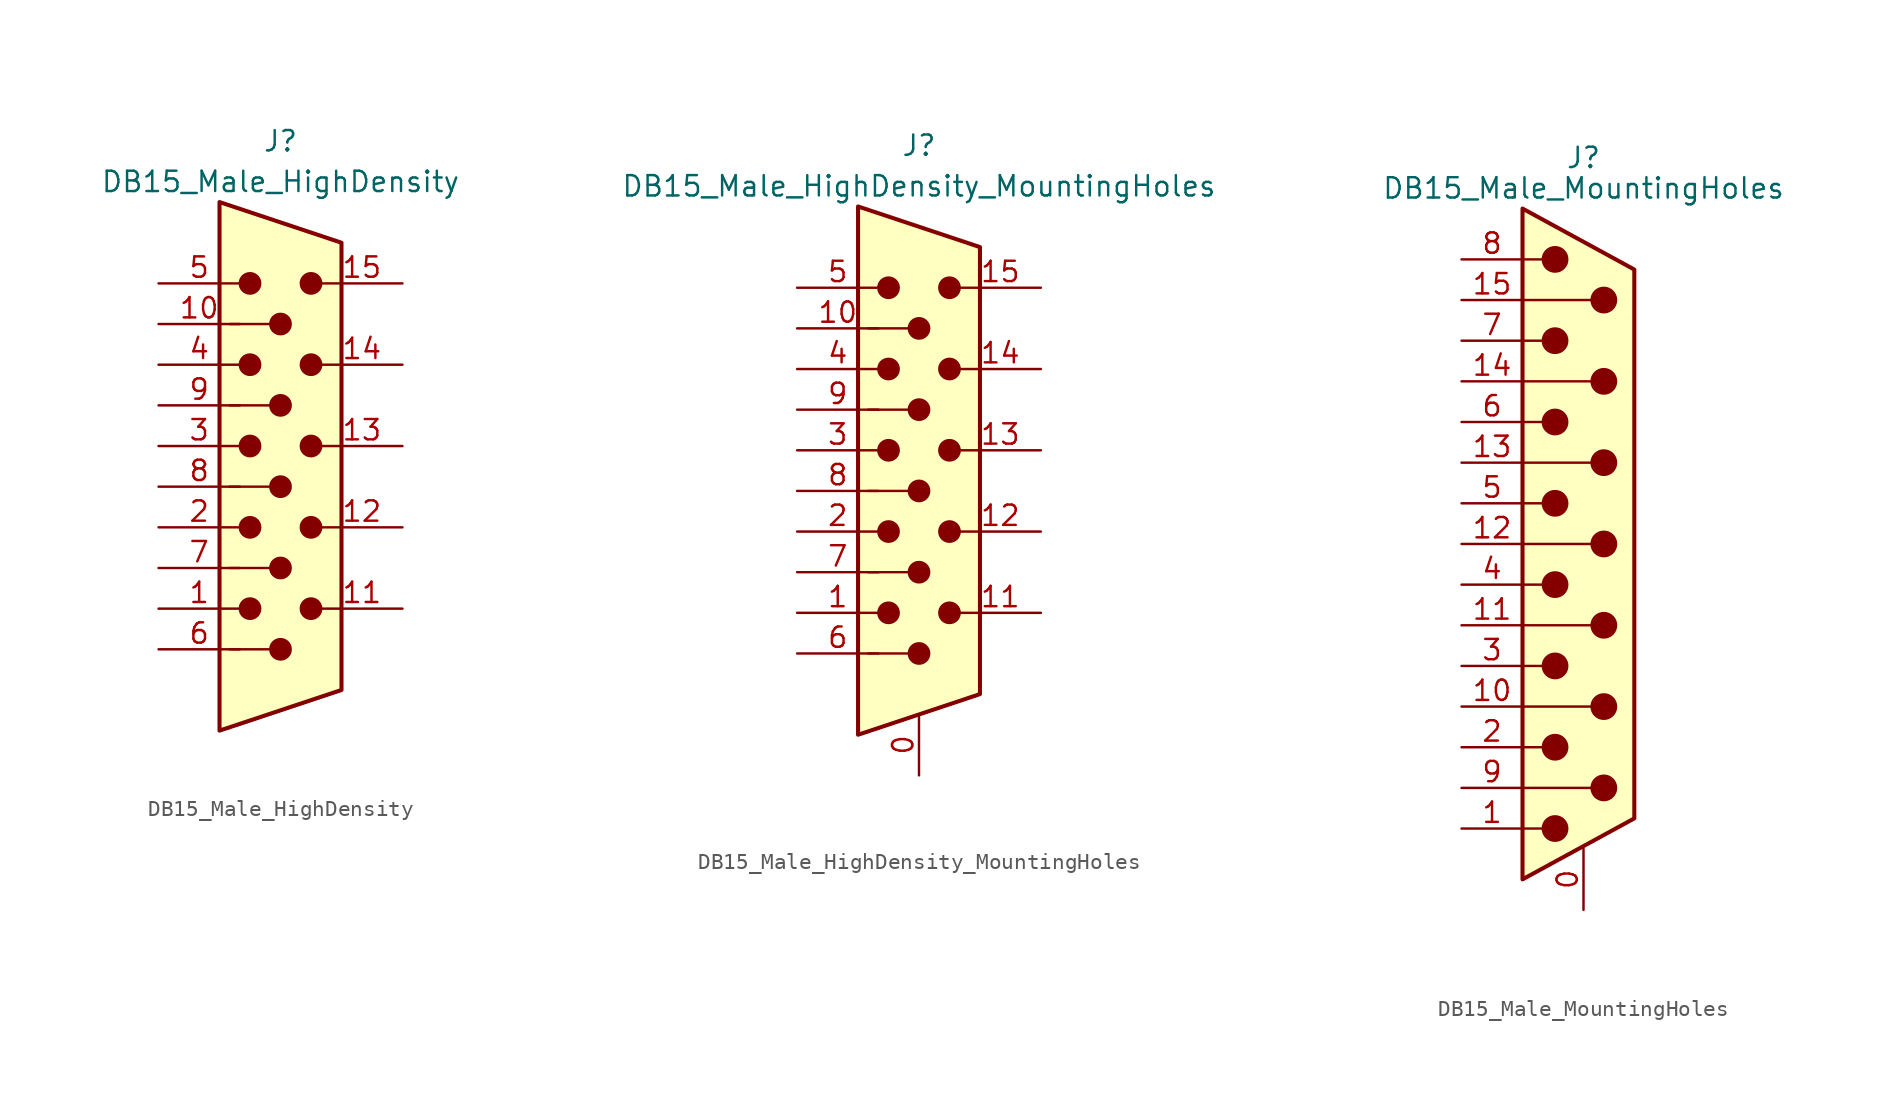
<source format=kicad_sym>
(kicad_symbol_lib
  (version 20220914)
  (generator kicad_symbol_editor)
  (symbol "DB15_Male_HighDensity"
    (pin_names
      (offset 1.016) hide)
    (property "Reference" "J"
      (at 0 21.59 0)
      (effects (font (size 1.27 1.27))))
    (property "Value" "DB15_Male_HighDensity"
      (at 0 19.05 0)
      (effects (font (size 1.27 1.27))))
    (symbol "DB15_Male_HighDensity_0_1"
      (circle (center -1.905 -7.62) (radius 0.635) (stroke (width 0) (type solid)) (fill (type outline)))
      (circle (center -1.905 -2.54) (radius 0.635) (stroke (width 0) (type solid)) (fill (type outline)))
      (circle (center -1.905 2.54) (radius 0.635) (stroke (width 0) (type solid)) (fill (type outline)))
      (circle (center -1.905 7.62) (radius 0.635) (stroke (width 0) (type solid)) (fill (type outline)))
      (circle (center -1.905 12.7) (radius 0.635) (stroke (width 0) (type solid)) (fill (type outline)))
      (circle (center 0 -10.16) (radius 0.635) (stroke (width 0) (type solid)) (fill (type outline)))
      (circle (center 0 -5.08) (radius 0.635) (stroke (width 0) (type solid)) (fill (type outline)))
      (polyline (pts (xy -3.175 -5.08) (xy -0.635 -5.08)) (stroke (width 0) (type solid)) (fill (type none)))
      (polyline (pts (xy -0.635 -10.16) (xy -3.175 -10.16)) (stroke (width 0) (type solid)) (fill (type none)))
      (polyline (pts (xy -0.635 0) (xy -3.175 0)) (stroke (width 0) (type solid)) (fill (type none)))
      (polyline (pts (xy -0.635 5.08) (xy -3.175 5.08)) (stroke (width 0) (type solid)) (fill (type none)))
      (polyline (pts (xy -0.635 10.16) (xy -3.175 10.16)) (stroke (width 0) (type solid)) (fill (type none)))
      (polyline (pts (xy -3.81 17.78) (xy -3.81 -15.24) (xy 3.81 -12.7) (xy 3.81 15.24) (xy -3.81 17.78)) (stroke (width 0.254) (type solid)) (fill (type background)))
      (circle (center 0 0) (radius 0.635) (stroke (width 0) (type solid)) (fill (type outline)))
      (circle (center 0 5.08) (radius 0.635) (stroke (width 0) (type solid)) (fill (type outline)))
      (circle (center 0 10.16) (radius 0.635) (stroke (width 0) (type solid)) (fill (type outline)))
      (circle (center 1.905 -7.62) (radius 0.635) (stroke (width 0) (type solid)) (fill (type outline)))
      (circle (center 1.905 -2.54) (radius 0.635) (stroke (width 0) (type solid)) (fill (type outline)))
      (circle (center 1.905 2.54) (radius 0.635) (stroke (width 0) (type solid)) (fill (type outline)))
      (circle (center 1.905 7.62) (radius 0.635) (stroke (width 0) (type solid)) (fill (type outline)))
      (circle (center 1.905 12.7) (radius 0.635) (stroke (width 0) (type solid)) (fill (type outline))))
    (symbol "DB15_Male_HighDensity_1_1"
      (pin passive line (at -7.62 -7.62 0) (length 5.08) (name "~" (effects (font (size 1.27 1.27)))) (number "1" (effects (font (size 1.27 1.27)))))
      (pin passive line (at -7.62 10.16 0) (length 5.08) (name "~" (effects (font (size 1.27 1.27)))) (number "10" (effects (font (size 1.27 1.27)))))
      (pin passive line (at 7.62 -7.62 180) (length 5.08) (name "~" (effects (font (size 1.27 1.27)))) (number "11" (effects (font (size 1.27 1.27)))))
      (pin passive line (at 7.62 -2.54 180) (length 5.08) (name "~" (effects (font (size 1.27 1.27)))) (number "12" (effects (font (size 1.27 1.27)))))
      (pin passive line (at 7.62 2.54 180) (length 5.08) (name "~" (effects (font (size 1.27 1.27)))) (number "13" (effects (font (size 1.27 1.27)))))
      (pin passive line (at 7.62 7.62 180) (length 5.08) (name "~" (effects (font (size 1.27 1.27)))) (number "14" (effects (font (size 1.27 1.27)))))
      (pin passive line (at 7.62 12.7 180) (length 5.08) (name "~" (effects (font (size 1.27 1.27)))) (number "15" (effects (font (size 1.27 1.27)))))
      (pin passive line (at -7.62 -2.54 0) (length 5.08) (name "~" (effects (font (size 1.27 1.27)))) (number "2" (effects (font (size 1.27 1.27)))))
      (pin passive line (at -7.62 2.54 0) (length 5.08) (name "~" (effects (font (size 1.27 1.27)))) (number "3" (effects (font (size 1.27 1.27)))))
      (pin passive line (at -7.62 7.62 0) (length 5.08) (name "~" (effects (font (size 1.27 1.27)))) (number "4" (effects (font (size 1.27 1.27)))))
      (pin passive line (at -7.62 12.7 0) (length 5.08) (name "~" (effects (font (size 1.27 1.27)))) (number "5" (effects (font (size 1.27 1.27)))))
      (pin passive line (at -7.62 -10.16 0) (length 5.08) (name "~" (effects (font (size 1.27 1.27)))) (number "6" (effects (font (size 1.27 1.27)))))
      (pin passive line (at -7.62 -5.08 0) (length 5.08) (name "~" (effects (font (size 1.27 1.27)))) (number "7" (effects (font (size 1.27 1.27)))))
      (pin passive line (at -7.62 0 0) (length 5.08) (name "~" (effects (font (size 1.27 1.27)))) (number "8" (effects (font (size 1.27 1.27)))))
      (pin passive line (at -7.62 5.08 0) (length 5.08) (name "~" (effects (font (size 1.27 1.27)))) (number "9" (effects (font (size 1.27 1.27)))))))
  (symbol "DB15_Male_HighDensity_MountingHoles"
    (pin_names
      (offset 1.016) hide)
    (property "Reference" "J"
      (at 0 21.59 0)
      (effects (font (size 1.27 1.27))))
    (property "Value" "DB15_Male_HighDensity_MountingHoles"
      (at 0 19.05 0)
      (effects (font (size 1.27 1.27))))
    (symbol "DB15_Male_HighDensity_MountingHoles_0_1"
      (circle (center -1.905 -7.62) (radius 0.635) (stroke (width 0) (type solid)) (fill (type outline)))
      (circle (center -1.905 -2.54) (radius 0.635) (stroke (width 0) (type solid)) (fill (type outline)))
      (circle (center -1.905 2.54) (radius 0.635) (stroke (width 0) (type solid)) (fill (type outline)))
      (circle (center -1.905 7.62) (radius 0.635) (stroke (width 0) (type solid)) (fill (type outline)))
      (circle (center -1.905 12.7) (radius 0.635) (stroke (width 0) (type solid)) (fill (type outline)))
      (circle (center 0 -10.16) (radius 0.635) (stroke (width 0) (type solid)) (fill (type outline)))
      (circle (center 0 -5.08) (radius 0.635) (stroke (width 0) (type solid)) (fill (type outline)))
      (polyline (pts (xy -3.175 -5.08) (xy -0.635 -5.08)) (stroke (width 0) (type solid)) (fill (type none)))
      (polyline (pts (xy -0.635 -10.16) (xy -3.175 -10.16)) (stroke (width 0) (type solid)) (fill (type none)))
      (polyline (pts (xy -0.635 0) (xy -3.175 0)) (stroke (width 0) (type solid)) (fill (type none)))
      (polyline (pts (xy -0.635 5.08) (xy -3.175 5.08)) (stroke (width 0) (type solid)) (fill (type none)))
      (polyline (pts (xy -0.635 10.16) (xy -3.175 10.16)) (stroke (width 0) (type solid)) (fill (type none)))
      (polyline (pts (xy -3.81 17.78) (xy -3.81 -15.24) (xy 3.81 -12.7) (xy 3.81 15.24) (xy -3.81 17.78)) (stroke (width 0.254) (type solid)) (fill (type background)))
      (circle (center 0 0) (radius 0.635) (stroke (width 0) (type solid)) (fill (type outline)))
      (circle (center 0 5.08) (radius 0.635) (stroke (width 0) (type solid)) (fill (type outline)))
      (circle (center 0 10.16) (radius 0.635) (stroke (width 0) (type solid)) (fill (type outline)))
      (circle (center 1.905 -7.62) (radius 0.635) (stroke (width 0) (type solid)) (fill (type outline)))
      (circle (center 1.905 -2.54) (radius 0.635) (stroke (width 0) (type solid)) (fill (type outline)))
      (circle (center 1.905 2.54) (radius 0.635) (stroke (width 0) (type solid)) (fill (type outline)))
      (circle (center 1.905 7.62) (radius 0.635) (stroke (width 0) (type solid)) (fill (type outline)))
      (circle (center 1.905 12.7) (radius 0.635) (stroke (width 0) (type solid)) (fill (type outline))))
    (symbol "DB15_Male_HighDensity_MountingHoles_1_1"
      (pin passive line (at 0 -17.78 90) (length 3.81) (name "~" (effects (font (size 1.27 1.27)))) (number "0" (effects (font (size 1.27 1.27)))))
      (pin passive line (at -7.62 -7.62 0) (length 5.08) (name "~" (effects (font (size 1.27 1.27)))) (number "1" (effects (font (size 1.27 1.27)))))
      (pin passive line (at -7.62 10.16 0) (length 5.08) (name "~" (effects (font (size 1.27 1.27)))) (number "10" (effects (font (size 1.27 1.27)))))
      (pin passive line (at 7.62 -7.62 180) (length 5.08) (name "~" (effects (font (size 1.27 1.27)))) (number "11" (effects (font (size 1.27 1.27)))))
      (pin passive line (at 7.62 -2.54 180) (length 5.08) (name "~" (effects (font (size 1.27 1.27)))) (number "12" (effects (font (size 1.27 1.27)))))
      (pin passive line (at 7.62 2.54 180) (length 5.08) (name "~" (effects (font (size 1.27 1.27)))) (number "13" (effects (font (size 1.27 1.27)))))
      (pin passive line (at 7.62 7.62 180) (length 5.08) (name "~" (effects (font (size 1.27 1.27)))) (number "14" (effects (font (size 1.27 1.27)))))
      (pin passive line (at 7.62 12.7 180) (length 5.08) (name "~" (effects (font (size 1.27 1.27)))) (number "15" (effects (font (size 1.27 1.27)))))
      (pin passive line (at -7.62 -2.54 0) (length 5.08) (name "~" (effects (font (size 1.27 1.27)))) (number "2" (effects (font (size 1.27 1.27)))))
      (pin passive line (at -7.62 2.54 0) (length 5.08) (name "~" (effects (font (size 1.27 1.27)))) (number "3" (effects (font (size 1.27 1.27)))))
      (pin passive line (at -7.62 7.62 0) (length 5.08) (name "~" (effects (font (size 1.27 1.27)))) (number "4" (effects (font (size 1.27 1.27)))))
      (pin passive line (at -7.62 12.7 0) (length 5.08) (name "~" (effects (font (size 1.27 1.27)))) (number "5" (effects (font (size 1.27 1.27)))))
      (pin passive line (at -7.62 -10.16 0) (length 5.08) (name "~" (effects (font (size 1.27 1.27)))) (number "6" (effects (font (size 1.27 1.27)))))
      (pin passive line (at -7.62 -5.08 0) (length 5.08) (name "~" (effects (font (size 1.27 1.27)))) (number "7" (effects (font (size 1.27 1.27)))))
      (pin passive line (at -7.62 0 0) (length 5.08) (name "~" (effects (font (size 1.27 1.27)))) (number "8" (effects (font (size 1.27 1.27)))))
      (pin passive line (at -7.62 5.08 0) (length 5.08) (name "~" (effects (font (size 1.27 1.27)))) (number "9" (effects (font (size 1.27 1.27)))))))
  (symbol "DB15_Male_MountingHoles"
    (pin_names
      (offset 1.016) hide)
    (property "Reference" "J"
      (at 0 24.13 0)
      (effects (font (size 1.27 1.27))))
    (property "Value" "DB15_Male_MountingHoles"
      (at 0 22.225 0)
      (effects (font (size 1.27 1.27))))
    (symbol "DB15_Male_MountingHoles_0_1"
      (circle (center -1.778 -17.78) (radius 0.762) (stroke (width 0) (type solid)) (fill (type outline)))
      (circle (center -1.778 -12.7) (radius 0.762) (stroke (width 0) (type solid)) (fill (type outline)))
      (circle (center -1.778 -7.62) (radius 0.762) (stroke (width 0) (type solid)) (fill (type outline)))
      (circle (center -1.778 -2.54) (radius 0.762) (stroke (width 0) (type solid)) (fill (type outline)))
      (circle (center -1.778 2.54) (radius 0.762) (stroke (width 0) (type solid)) (fill (type outline)))
      (circle (center -1.778 7.62) (radius 0.762) (stroke (width 0) (type solid)) (fill (type outline)))
      (circle (center -1.778 12.7) (radius 0.762) (stroke (width 0) (type solid)) (fill (type outline)))
      (circle (center -1.778 17.78) (radius 0.762) (stroke (width 0) (type solid)) (fill (type outline)))
      (polyline (pts (xy -3.81 -17.78) (xy -2.54 -17.78)) (stroke (width 0) (type solid)) (fill (type none)))
      (polyline (pts (xy -3.81 -15.24) (xy 0.508 -15.24)) (stroke (width 0) (type solid)) (fill (type none)))
      (polyline (pts (xy -3.81 -12.7) (xy -2.54 -12.7)) (stroke (width 0) (type solid)) (fill (type none)))
      (polyline (pts (xy -3.81 -10.16) (xy 0.508 -10.16)) (stroke (width 0) (type solid)) (fill (type none)))
      (polyline (pts (xy -3.81 -7.62) (xy -2.54 -7.62)) (stroke (width 0) (type solid)) (fill (type none)))
      (polyline (pts (xy -3.81 -5.08) (xy 0.508 -5.08)) (stroke (width 0) (type solid)) (fill (type none)))
      (polyline (pts (xy -3.81 -2.54) (xy -2.54 -2.54)) (stroke (width 0) (type solid)) (fill (type none)))
      (polyline (pts (xy -3.81 0) (xy 0.508 0)) (stroke (width 0) (type solid)) (fill (type none)))
      (polyline (pts (xy -3.81 2.54) (xy -2.54 2.54)) (stroke (width 0) (type solid)) (fill (type none)))
      (polyline (pts (xy -3.81 5.08) (xy 0.508 5.08)) (stroke (width 0) (type solid)) (fill (type none)))
      (polyline (pts (xy -3.81 7.62) (xy -2.54 7.62)) (stroke (width 0) (type solid)) (fill (type none)))
      (polyline (pts (xy -3.81 10.16) (xy 0.508 10.16)) (stroke (width 0) (type solid)) (fill (type none)))
      (polyline (pts (xy -3.81 12.7) (xy -2.54 12.7)) (stroke (width 0) (type solid)) (fill (type none)))
      (polyline (pts (xy -3.81 15.24) (xy 0.508 15.24)) (stroke (width 0) (type solid)) (fill (type none)))
      (polyline (pts (xy -3.81 17.78) (xy -2.54 17.78)) (stroke (width 0) (type solid)) (fill (type none)))
      (polyline (pts (xy -3.81 -20.955) (xy 3.175 -17.145) (xy 3.175 17.145) (xy -3.81 20.955) (xy -3.81 -20.955)) (stroke (width 0.254) (type solid)) (fill (type background)))
      (circle (center 1.27 -15.24) (radius 0.762) (stroke (width 0) (type solid)) (fill (type outline)))
      (circle (center 1.27 -10.16) (radius 0.762) (stroke (width 0) (type solid)) (fill (type outline)))
      (circle (center 1.27 -5.08) (radius 0.762) (stroke (width 0) (type solid)) (fill (type outline)))
      (circle (center 1.27 0) (radius 0.762) (stroke (width 0) (type solid)) (fill (type outline)))
      (circle (center 1.27 5.08) (radius 0.762) (stroke (width 0) (type solid)) (fill (type outline)))
      (circle (center 1.27 10.16) (radius 0.762) (stroke (width 0) (type solid)) (fill (type outline)))
      (circle (center 1.27 15.24) (radius 0.762) (stroke (width 0) (type solid)) (fill (type outline))))
    (symbol "DB15_Male_MountingHoles_1_1"
      (pin passive line (at 0 -22.86 90) (length 3.81) (name "PAD" (effects (font (size 1.27 1.27)))) (number "0" (effects (font (size 1.27 1.27)))))
      (pin passive line (at -7.62 -17.78 0) (length 3.81) (name "1" (effects (font (size 1.27 1.27)))) (number "1" (effects (font (size 1.27 1.27)))))
      (pin passive line (at -7.62 -10.16 0) (length 3.81) (name "P10" (effects (font (size 1.27 1.27)))) (number "10" (effects (font (size 1.27 1.27)))))
      (pin passive line (at -7.62 -5.08 0) (length 3.81) (name "P111" (effects (font (size 1.27 1.27)))) (number "11" (effects (font (size 1.27 1.27)))))
      (pin passive line (at -7.62 0 0) (length 3.81) (name "P12" (effects (font (size 1.27 1.27)))) (number "12" (effects (font (size 1.27 1.27)))))
      (pin passive line (at -7.62 5.08 0) (length 3.81) (name "P13" (effects (font (size 1.27 1.27)))) (number "13" (effects (font (size 1.27 1.27)))))
      (pin passive line (at -7.62 10.16 0) (length 3.81) (name "P14" (effects (font (size 1.27 1.27)))) (number "14" (effects (font (size 1.27 1.27)))))
      (pin passive line (at -7.62 15.24 0) (length 3.81) (name "P15" (effects (font (size 1.27 1.27)))) (number "15" (effects (font (size 1.27 1.27)))))
      (pin passive line (at -7.62 -12.7 0) (length 3.81) (name "2" (effects (font (size 1.27 1.27)))) (number "2" (effects (font (size 1.27 1.27)))))
      (pin passive line (at -7.62 -7.62 0) (length 3.81) (name "3" (effects (font (size 1.27 1.27)))) (number "3" (effects (font (size 1.27 1.27)))))
      (pin passive line (at -7.62 -2.54 0) (length 3.81) (name "4" (effects (font (size 1.27 1.27)))) (number "4" (effects (font (size 1.27 1.27)))))
      (pin passive line (at -7.62 2.54 0) (length 3.81) (name "5" (effects (font (size 1.27 1.27)))) (number "5" (effects (font (size 1.27 1.27)))))
      (pin passive line (at -7.62 7.62 0) (length 3.81) (name "6" (effects (font (size 1.27 1.27)))) (number "6" (effects (font (size 1.27 1.27)))))
      (pin passive line (at -7.62 12.7 0) (length 3.81) (name "7" (effects (font (size 1.27 1.27)))) (number "7" (effects (font (size 1.27 1.27)))))
      (pin passive line (at -7.62 17.78 0) (length 3.81) (name "8" (effects (font (size 1.27 1.27)))) (number "8" (effects (font (size 1.27 1.27)))))
      (pin passive line (at -7.62 -15.24 0) (length 3.81) (name "P9" (effects (font (size 1.27 1.27)))) (number "9" (effects (font (size 1.27 1.27))))))))
</source>
